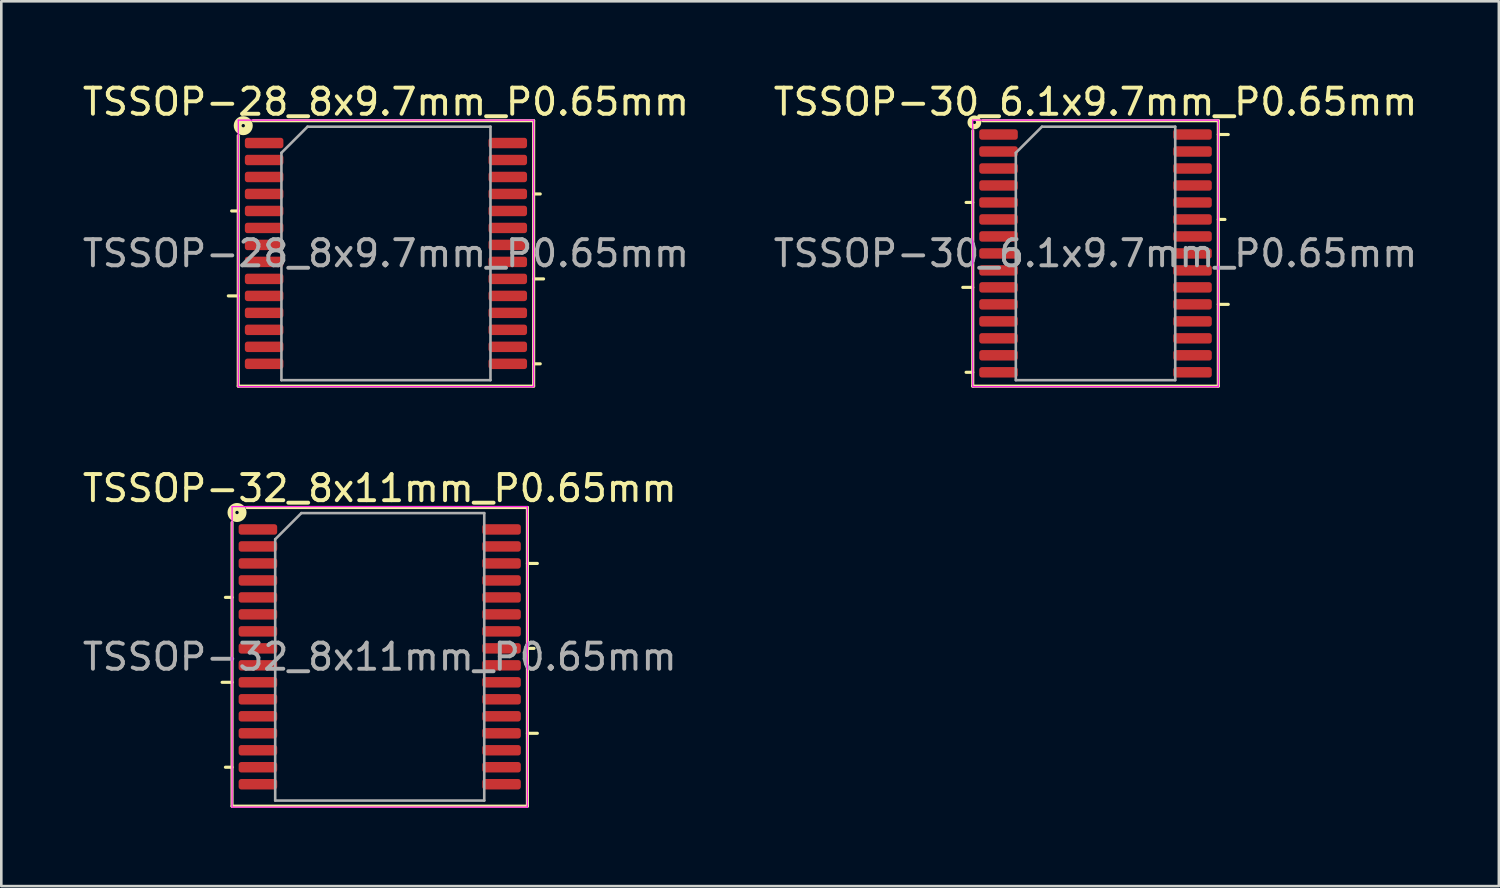
<source format=kicad_pcb>
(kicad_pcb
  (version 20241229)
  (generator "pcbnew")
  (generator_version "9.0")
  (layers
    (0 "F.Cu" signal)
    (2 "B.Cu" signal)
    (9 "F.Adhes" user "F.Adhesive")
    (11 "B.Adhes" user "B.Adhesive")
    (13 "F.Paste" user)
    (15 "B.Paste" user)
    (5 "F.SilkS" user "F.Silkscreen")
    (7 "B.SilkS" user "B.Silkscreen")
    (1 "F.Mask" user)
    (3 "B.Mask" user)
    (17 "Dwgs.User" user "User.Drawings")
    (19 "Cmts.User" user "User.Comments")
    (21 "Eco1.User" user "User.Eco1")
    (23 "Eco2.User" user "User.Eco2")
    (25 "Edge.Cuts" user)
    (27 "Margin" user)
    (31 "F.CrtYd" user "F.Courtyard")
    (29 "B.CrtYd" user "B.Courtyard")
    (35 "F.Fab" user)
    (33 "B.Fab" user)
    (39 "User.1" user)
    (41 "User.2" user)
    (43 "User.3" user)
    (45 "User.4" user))
  (footprint "TSSOP-28_8x9.7mm_P0.65mm"
    (layer "F.Cu")
    (at 11.72 6.648)
    (property "Reference" "TSSOP-28_8x9.7mm_P0.65mm" (at 0 -5.8 0) (layer "F.SilkS") (effects (font (size 1 1) (thickness 0.15))))
    (attr smd)
    (fp_line (start -5.652 -4.508) (end -5.652 5.08) (stroke (width 0.12) (type solid)) (layer "F.SilkS"))
    (fp_line (start -5.652 -1.625) (end -5.905 -1.625) (stroke (width 0.12) (type solid)) (layer "F.SilkS"))
    (fp_line (start -5.652 1.625) (end -6.032 1.625) (stroke (width 0.12) (type solid)) (layer "F.SilkS"))
    (fp_line (start -5.652 5.08) (end 5.652 5.08) (stroke (width 0.12) (type solid)) (layer "F.SilkS"))
    (fp_line (start 5.652 -5.08) (end -5.08 -5.08) (stroke (width 0.12) (type solid)) (layer "F.SilkS"))
    (fp_line (start 5.652 -2.275) (end 5.905 -2.275) (stroke (width 0.12) (type solid)) (layer "F.SilkS"))
    (fp_line (start 5.652 0.975) (end 6.032 0.975) (stroke (width 0.12) (type solid)) (layer "F.SilkS"))
    (fp_line (start 5.652 4.225) (end 5.905 4.225) (stroke (width 0.12) (type solid)) (layer "F.SilkS"))
    (fp_line (start 5.652 5.08) (end 5.652 -5.08) (stroke (width 0.12) (type solid)) (layer "F.SilkS"))
    (fp_circle (center -5.461 -4.889) (end -5.397 -4.889) (stroke (width 0.3) (type solid)) (fill no) (layer "F.SilkS"))
    (fp_line (start -5.65 -5.1) (end -5.65 5.1) (stroke (width 0.05) (type solid)) (layer "F.CrtYd"))
    (fp_line (start -5.65 5.1) (end 5.65 5.1) (stroke (width 0.05) (type solid)) (layer "F.CrtYd"))
    (fp_line (start 5.65 -5.1) (end -5.65 -5.1) (stroke (width 0.05) (type solid)) (layer "F.CrtYd"))
    (fp_line (start 5.65 5.1) (end 5.65 -5.1) (stroke (width 0.05) (type solid)) (layer "F.CrtYd"))
    (fp_line (start -4 -3.85) (end -3 -4.85) (stroke (width 0.1) (type solid)) (layer "F.Fab"))
    (fp_line (start -4 4.85) (end -4 -3.85) (stroke (width 0.1) (type solid)) (layer "F.Fab"))
    (fp_line (start -3 -4.85) (end 4 -4.85) (stroke (width 0.1) (type solid)) (layer "F.Fab"))
    (fp_line (start 4 -4.85) (end 4 4.85) (stroke (width 0.1) (type solid)) (layer "F.Fab"))
    (fp_line (start 4 4.85) (end -4 4.85) (stroke (width 0.1) (type solid)) (layer "F.Fab"))
    (fp_text user "${REFERENCE}" (at 0 0 0) (layer "F.Fab") (effects (font (size 1 1) (thickness 0.15))))
    (pad "1" smd roundrect (at -4.662 -4.225) (size 1.475 0.4) (layers "F.Cu" "F.Mask" "F.Paste") (roundrect_rratio 0.25))
    (pad "2" smd roundrect (at -4.662 -3.575) (size 1.475 0.4) (layers "F.Cu" "F.Mask" "F.Paste") (roundrect_rratio 0.25))
    (pad "3" smd roundrect (at -4.662 -2.925) (size 1.475 0.4) (layers "F.Cu" "F.Mask" "F.Paste") (roundrect_rratio 0.25))
    (pad "4" smd roundrect (at -4.662 -2.275) (size 1.475 0.4) (layers "F.Cu" "F.Mask" "F.Paste") (roundrect_rratio 0.25))
    (pad "5" smd roundrect (at -4.662 -1.625) (size 1.475 0.4) (layers "F.Cu" "F.Mask" "F.Paste") (roundrect_rratio 0.25))
    (pad "6" smd roundrect (at -4.662 -0.975) (size 1.475 0.4) (layers "F.Cu" "F.Mask" "F.Paste") (roundrect_rratio 0.25))
    (pad "7" smd roundrect (at -4.662 -0.325) (size 1.475 0.4) (layers "F.Cu" "F.Mask" "F.Paste") (roundrect_rratio 0.25))
    (pad "8" smd roundrect (at -4.662 0.325) (size 1.475 0.4) (layers "F.Cu" "F.Mask" "F.Paste") (roundrect_rratio 0.25))
    (pad "9" smd roundrect (at -4.662 0.975) (size 1.475 0.4) (layers "F.Cu" "F.Mask" "F.Paste") (roundrect_rratio 0.25))
    (pad "10" smd roundrect (at -4.662 1.625) (size 1.475 0.4) (layers "F.Cu" "F.Mask" "F.Paste") (roundrect_rratio 0.25))
    (pad "11" smd roundrect (at -4.662 2.275) (size 1.475 0.4) (layers "F.Cu" "F.Mask" "F.Paste") (roundrect_rratio 0.25))
    (pad "12" smd roundrect (at -4.662 2.925) (size 1.475 0.4) (layers "F.Cu" "F.Mask" "F.Paste") (roundrect_rratio 0.25))
    (pad "13" smd roundrect (at -4.662 3.575) (size 1.475 0.4) (layers "F.Cu" "F.Mask" "F.Paste") (roundrect_rratio 0.25))
    (pad "14" smd roundrect (at -4.662 4.225) (size 1.475 0.4) (layers "F.Cu" "F.Mask" "F.Paste") (roundrect_rratio 0.25))
    (pad "15" smd roundrect (at 4.662 4.225) (size 1.475 0.4) (layers "F.Cu" "F.Mask" "F.Paste") (roundrect_rratio 0.25))
    (pad "16" smd roundrect (at 4.662 3.575) (size 1.475 0.4) (layers "F.Cu" "F.Mask" "F.Paste") (roundrect_rratio 0.25))
    (pad "17" smd roundrect (at 4.662 2.925) (size 1.475 0.4) (layers "F.Cu" "F.Mask" "F.Paste") (roundrect_rratio 0.25))
    (pad "18" smd roundrect (at 4.662 2.275) (size 1.475 0.4) (layers "F.Cu" "F.Mask" "F.Paste") (roundrect_rratio 0.25))
    (pad "19" smd roundrect (at 4.662 1.625) (size 1.475 0.4) (layers "F.Cu" "F.Mask" "F.Paste") (roundrect_rratio 0.25))
    (pad "20" smd roundrect (at 4.662 0.975) (size 1.475 0.4) (layers "F.Cu" "F.Mask" "F.Paste") (roundrect_rratio 0.25))
    (pad "21" smd roundrect (at 4.662 0.325) (size 1.475 0.4) (layers "F.Cu" "F.Mask" "F.Paste") (roundrect_rratio 0.25))
    (pad "22" smd roundrect (at 4.662 -0.325) (size 1.475 0.4) (layers "F.Cu" "F.Mask" "F.Paste") (roundrect_rratio 0.25))
    (pad "23" smd roundrect (at 4.662 -0.975) (size 1.475 0.4) (layers "F.Cu" "F.Mask" "F.Paste") (roundrect_rratio 0.25))
    (pad "24" smd roundrect (at 4.662 -1.625) (size 1.475 0.4) (layers "F.Cu" "F.Mask" "F.Paste") (roundrect_rratio 0.25))
    (pad "25" smd roundrect (at 4.662 -2.275) (size 1.475 0.4) (layers "F.Cu" "F.Mask" "F.Paste") (roundrect_rratio 0.25))
    (pad "26" smd roundrect (at 4.662 -2.925) (size 1.475 0.4) (layers "F.Cu" "F.Mask" "F.Paste") (roundrect_rratio 0.25))
    (pad "27" smd roundrect (at 4.662 -3.575) (size 1.475 0.4) (layers "F.Cu" "F.Mask" "F.Paste") (roundrect_rratio 0.25))
    (pad "28" smd roundrect (at 4.662 -4.225) (size 1.475 0.4) (layers "F.Cu" "F.Mask" "F.Paste") (roundrect_rratio 0.25)))
  (footprint "TSSOP-32_8x11mm_P0.65mm"
    (layer "F.Cu")
    (at 11.482 22.087)
    (property "Reference" "TSSOP-32_8x11mm_P0.65mm" (at 0 -6.45 0) (layer "F.SilkS") (effects (font (size 1 1) (thickness 0.15))))
    (attr smd)
    (fp_line (start -5.652 -5.144) (end -5.652 5.715) (stroke (width 0.12) (type solid)) (layer "F.SilkS"))
    (fp_line (start -5.652 -2.275) (end -5.905 -2.275) (stroke (width 0.12) (type solid)) (layer "F.SilkS"))
    (fp_line (start -5.652 0.975) (end -6.032 0.975) (stroke (width 0.12) (type solid)) (layer "F.SilkS"))
    (fp_line (start -5.652 4.225) (end -5.905 4.225) (stroke (width 0.12) (type solid)) (layer "F.SilkS"))
    (fp_line (start -5.652 5.715) (end 5.652 5.715) (stroke (width 0.12) (type solid)) (layer "F.SilkS"))
    (fp_line (start 5.652 -5.715) (end -5.08 -5.715) (stroke (width 0.12) (type solid)) (layer "F.SilkS"))
    (fp_line (start 5.652 -3.575) (end 6.032 -3.575) (stroke (width 0.12) (type solid)) (layer "F.SilkS"))
    (fp_line (start 5.652 -0.325) (end 5.905 -0.325) (stroke (width 0.12) (type solid)) (layer "F.SilkS"))
    (fp_line (start 5.652 2.925) (end 6.032 2.925) (stroke (width 0.12) (type solid)) (layer "F.SilkS"))
    (fp_line (start 5.652 5.715) (end 5.652 -5.715) (stroke (width 0.12) (type solid)) (layer "F.SilkS"))
    (fp_circle (center -5.461 -5.524) (end -5.397 -5.524) (stroke (width 0.3) (type solid)) (fill no) (layer "F.SilkS"))
    (fp_line (start -5.65 -5.75) (end -5.65 5.75) (stroke (width 0.05) (type solid)) (layer "F.CrtYd"))
    (fp_line (start -5.65 5.75) (end 5.65 5.75) (stroke (width 0.05) (type solid)) (layer "F.CrtYd"))
    (fp_line (start 5.65 -5.75) (end -5.65 -5.75) (stroke (width 0.05) (type solid)) (layer "F.CrtYd"))
    (fp_line (start 5.65 5.75) (end 5.65 -5.75) (stroke (width 0.05) (type solid)) (layer "F.CrtYd"))
    (fp_line (start -4 -4.5) (end -3 -5.5) (stroke (width 0.1) (type solid)) (layer "F.Fab"))
    (fp_line (start -4 5.5) (end -4 -4.5) (stroke (width 0.1) (type solid)) (layer "F.Fab"))
    (fp_line (start -3 -5.5) (end 4 -5.5) (stroke (width 0.1) (type solid)) (layer "F.Fab"))
    (fp_line (start 4 -5.5) (end 4 5.5) (stroke (width 0.1) (type solid)) (layer "F.Fab"))
    (fp_line (start 4 5.5) (end -4 5.5) (stroke (width 0.1) (type solid)) (layer "F.Fab"))
    (fp_text user "${REFERENCE}" (at 0 0 0) (layer "F.Fab") (effects (font (size 1 1) (thickness 0.15))))
    (pad "1" smd roundrect (at -4.662 -4.875) (size 1.475 0.4) (layers "F.Cu" "F.Mask" "F.Paste") (roundrect_rratio 0.25))
    (pad "2" smd roundrect (at -4.662 -4.225) (size 1.475 0.4) (layers "F.Cu" "F.Mask" "F.Paste") (roundrect_rratio 0.25))
    (pad "3" smd roundrect (at -4.662 -3.575) (size 1.475 0.4) (layers "F.Cu" "F.Mask" "F.Paste") (roundrect_rratio 0.25))
    (pad "4" smd roundrect (at -4.662 -2.925) (size 1.475 0.4) (layers "F.Cu" "F.Mask" "F.Paste") (roundrect_rratio 0.25))
    (pad "5" smd roundrect (at -4.662 -2.275) (size 1.475 0.4) (layers "F.Cu" "F.Mask" "F.Paste") (roundrect_rratio 0.25))
    (pad "6" smd roundrect (at -4.662 -1.625) (size 1.475 0.4) (layers "F.Cu" "F.Mask" "F.Paste") (roundrect_rratio 0.25))
    (pad "7" smd roundrect (at -4.662 -0.975) (size 1.475 0.4) (layers "F.Cu" "F.Mask" "F.Paste") (roundrect_rratio 0.25))
    (pad "8" smd roundrect (at -4.662 -0.325) (size 1.475 0.4) (layers "F.Cu" "F.Mask" "F.Paste") (roundrect_rratio 0.25))
    (pad "9" smd roundrect (at -4.662 0.325) (size 1.475 0.4) (layers "F.Cu" "F.Mask" "F.Paste") (roundrect_rratio 0.25))
    (pad "10" smd roundrect (at -4.662 0.975) (size 1.475 0.4) (layers "F.Cu" "F.Mask" "F.Paste") (roundrect_rratio 0.25))
    (pad "11" smd roundrect (at -4.662 1.625) (size 1.475 0.4) (layers "F.Cu" "F.Mask" "F.Paste") (roundrect_rratio 0.25))
    (pad "12" smd roundrect (at -4.662 2.275) (size 1.475 0.4) (layers "F.Cu" "F.Mask" "F.Paste") (roundrect_rratio 0.25))
    (pad "13" smd roundrect (at -4.662 2.925) (size 1.475 0.4) (layers "F.Cu" "F.Mask" "F.Paste") (roundrect_rratio 0.25))
    (pad "14" smd roundrect (at -4.662 3.575) (size 1.475 0.4) (layers "F.Cu" "F.Mask" "F.Paste") (roundrect_rratio 0.25))
    (pad "15" smd roundrect (at -4.662 4.225) (size 1.475 0.4) (layers "F.Cu" "F.Mask" "F.Paste") (roundrect_rratio 0.25))
    (pad "16" smd roundrect (at -4.662 4.875) (size 1.475 0.4) (layers "F.Cu" "F.Mask" "F.Paste") (roundrect_rratio 0.25))
    (pad "17" smd roundrect (at 4.662 4.875) (size 1.475 0.4) (layers "F.Cu" "F.Mask" "F.Paste") (roundrect_rratio 0.25))
    (pad "18" smd roundrect (at 4.662 4.225) (size 1.475 0.4) (layers "F.Cu" "F.Mask" "F.Paste") (roundrect_rratio 0.25))
    (pad "19" smd roundrect (at 4.662 3.575) (size 1.475 0.4) (layers "F.Cu" "F.Mask" "F.Paste") (roundrect_rratio 0.25))
    (pad "20" smd roundrect (at 4.662 2.925) (size 1.475 0.4) (layers "F.Cu" "F.Mask" "F.Paste") (roundrect_rratio 0.25))
    (pad "21" smd roundrect (at 4.662 2.275) (size 1.475 0.4) (layers "F.Cu" "F.Mask" "F.Paste") (roundrect_rratio 0.25))
    (pad "22" smd roundrect (at 4.662 1.625) (size 1.475 0.4) (layers "F.Cu" "F.Mask" "F.Paste") (roundrect_rratio 0.25))
    (pad "23" smd roundrect (at 4.662 0.975) (size 1.475 0.4) (layers "F.Cu" "F.Mask" "F.Paste") (roundrect_rratio 0.25))
    (pad "24" smd roundrect (at 4.662 0.325) (size 1.475 0.4) (layers "F.Cu" "F.Mask" "F.Paste") (roundrect_rratio 0.25))
    (pad "25" smd roundrect (at 4.662 -0.325) (size 1.475 0.4) (layers "F.Cu" "F.Mask" "F.Paste") (roundrect_rratio 0.25))
    (pad "26" smd roundrect (at 4.662 -0.975) (size 1.475 0.4) (layers "F.Cu" "F.Mask" "F.Paste") (roundrect_rratio 0.25))
    (pad "27" smd roundrect (at 4.662 -1.625) (size 1.475 0.4) (layers "F.Cu" "F.Mask" "F.Paste") (roundrect_rratio 0.25))
    (pad "28" smd roundrect (at 4.662 -2.275) (size 1.475 0.4) (layers "F.Cu" "F.Mask" "F.Paste") (roundrect_rratio 0.25))
    (pad "29" smd roundrect (at 4.662 -2.925) (size 1.475 0.4) (layers "F.Cu" "F.Mask" "F.Paste") (roundrect_rratio 0.25))
    (pad "30" smd roundrect (at 4.662 -3.575) (size 1.475 0.4) (layers "F.Cu" "F.Mask" "F.Paste") (roundrect_rratio 0.25))
    (pad "31" smd roundrect (at 4.662 -4.225) (size 1.475 0.4) (layers "F.Cu" "F.Mask" "F.Paste") (roundrect_rratio 0.25))
    (pad "32" smd roundrect (at 4.662 -4.875) (size 1.475 0.4) (layers "F.Cu" "F.Mask" "F.Paste") (roundrect_rratio 0.25)))
  (footprint "TSSOP-30_6.1x9.7mm_P0.65mm"
    (layer "F.Cu")
    (at 38.875 6.648)
    (property "Reference" "TSSOP-30_6.1x9.7mm_P0.65mm" (at 0 -5.8 0) (layer "F.SilkS") (effects (font (size 1 1) (thickness 0.15))))
    (attr smd)
    (fp_line (start -4.699 -4.699) (end -4.699 5.08) (stroke (width 0.12) (type solid)) (layer "F.SilkS"))
    (fp_line (start -4.699 -1.95) (end -4.953 -1.95) (stroke (width 0.12) (type solid)) (layer "F.SilkS"))
    (fp_line (start -4.699 1.3) (end -5.08 1.3) (stroke (width 0.12) (type solid)) (layer "F.SilkS"))
    (fp_line (start -4.699 4.55) (end -4.953 4.55) (stroke (width 0.12) (type solid)) (layer "F.SilkS"))
    (fp_line (start -4.699 5.08) (end 4.699 5.08) (stroke (width 0.12) (type solid)) (layer "F.SilkS"))
    (fp_line (start 4.699 -5.08) (end -4.318 -5.08) (stroke (width 0.12) (type solid)) (layer "F.SilkS"))
    (fp_line (start 4.699 -4.55) (end 5.08 -4.55) (stroke (width 0.12) (type solid)) (layer "F.SilkS"))
    (fp_line (start 4.699 -1.3) (end 4.953 -1.3) (stroke (width 0.12) (type solid)) (layer "F.SilkS"))
    (fp_line (start 4.699 1.95) (end 5.08 1.95) (stroke (width 0.12) (type solid)) (layer "F.SilkS"))
    (fp_line (start 4.699 5.08) (end 4.699 -5.08) (stroke (width 0.12) (type solid)) (layer "F.SilkS"))
    (fp_circle (center -4.636 -5.016) (end -4.572 -5.016) (stroke (width 0.2) (type solid)) (fill no) (layer "F.SilkS"))
    (fp_line (start -4.7 -5.1) (end -4.7 5.1) (stroke (width 0.05) (type solid)) (layer "F.CrtYd"))
    (fp_line (start -4.7 5.1) (end 4.7 5.1) (stroke (width 0.05) (type solid)) (layer "F.CrtYd"))
    (fp_line (start 4.7 -5.1) (end -4.7 -5.1) (stroke (width 0.05) (type solid)) (layer "F.CrtYd"))
    (fp_line (start 4.7 5.1) (end 4.7 -5.1) (stroke (width 0.05) (type solid)) (layer "F.CrtYd"))
    (fp_line (start -3.05 -3.85) (end -2.05 -4.85) (stroke (width 0.1) (type solid)) (layer "F.Fab"))
    (fp_line (start -3.05 4.85) (end -3.05 -3.85) (stroke (width 0.1) (type solid)) (layer "F.Fab"))
    (fp_line (start -2.05 -4.85) (end 3.05 -4.85) (stroke (width 0.1) (type solid)) (layer "F.Fab"))
    (fp_line (start 3.05 -4.85) (end 3.05 4.85) (stroke (width 0.1) (type solid)) (layer "F.Fab"))
    (fp_line (start 3.05 4.85) (end -3.05 4.85) (stroke (width 0.1) (type solid)) (layer "F.Fab"))
    (fp_text user "${REFERENCE}" (at 0 0 0) (layer "F.Fab") (effects (font (size 1 1) (thickness 0.15))))
    (pad "1" smd roundrect (at -3.712 -4.55) (size 1.475 0.4) (layers "F.Cu" "F.Mask" "F.Paste") (roundrect_rratio 0.25))
    (pad "2" smd roundrect (at -3.712 -3.9) (size 1.475 0.4) (layers "F.Cu" "F.Mask" "F.Paste") (roundrect_rratio 0.25))
    (pad "3" smd roundrect (at -3.712 -3.25) (size 1.475 0.4) (layers "F.Cu" "F.Mask" "F.Paste") (roundrect_rratio 0.25))
    (pad "4" smd roundrect (at -3.712 -2.6) (size 1.475 0.4) (layers "F.Cu" "F.Mask" "F.Paste") (roundrect_rratio 0.25))
    (pad "5" smd roundrect (at -3.712 -1.95) (size 1.475 0.4) (layers "F.Cu" "F.Mask" "F.Paste") (roundrect_rratio 0.25))
    (pad "6" smd roundrect (at -3.712 -1.3) (size 1.475 0.4) (layers "F.Cu" "F.Mask" "F.Paste") (roundrect_rratio 0.25))
    (pad "7" smd roundrect (at -3.712 -0.65) (size 1.475 0.4) (layers "F.Cu" "F.Mask" "F.Paste") (roundrect_rratio 0.25))
    (pad "8" smd roundrect (at -3.712 0) (size 1.475 0.4) (layers "F.Cu" "F.Mask" "F.Paste") (roundrect_rratio 0.25))
    (pad "9" smd roundrect (at -3.712 0.65) (size 1.475 0.4) (layers "F.Cu" "F.Mask" "F.Paste") (roundrect_rratio 0.25))
    (pad "10" smd roundrect (at -3.712 1.3) (size 1.475 0.4) (layers "F.Cu" "F.Mask" "F.Paste") (roundrect_rratio 0.25))
    (pad "11" smd roundrect (at -3.712 1.95) (size 1.475 0.4) (layers "F.Cu" "F.Mask" "F.Paste") (roundrect_rratio 0.25))
    (pad "12" smd roundrect (at -3.712 2.6) (size 1.475 0.4) (layers "F.Cu" "F.Mask" "F.Paste") (roundrect_rratio 0.25))
    (pad "13" smd roundrect (at -3.712 3.25) (size 1.475 0.4) (layers "F.Cu" "F.Mask" "F.Paste") (roundrect_rratio 0.25))
    (pad "14" smd roundrect (at -3.712 3.9) (size 1.475 0.4) (layers "F.Cu" "F.Mask" "F.Paste") (roundrect_rratio 0.25))
    (pad "15" smd roundrect (at -3.712 4.55) (size 1.475 0.4) (layers "F.Cu" "F.Mask" "F.Paste") (roundrect_rratio 0.25))
    (pad "16" smd roundrect (at 3.712 4.55) (size 1.475 0.4) (layers "F.Cu" "F.Mask" "F.Paste") (roundrect_rratio 0.25))
    (pad "17" smd roundrect (at 3.712 3.9) (size 1.475 0.4) (layers "F.Cu" "F.Mask" "F.Paste") (roundrect_rratio 0.25))
    (pad "18" smd roundrect (at 3.712 3.25) (size 1.475 0.4) (layers "F.Cu" "F.Mask" "F.Paste") (roundrect_rratio 0.25))
    (pad "19" smd roundrect (at 3.712 2.6) (size 1.475 0.4) (layers "F.Cu" "F.Mask" "F.Paste") (roundrect_rratio 0.25))
    (pad "20" smd roundrect (at 3.712 1.95) (size 1.475 0.4) (layers "F.Cu" "F.Mask" "F.Paste") (roundrect_rratio 0.25))
    (pad "21" smd roundrect (at 3.712 1.3) (size 1.475 0.4) (layers "F.Cu" "F.Mask" "F.Paste") (roundrect_rratio 0.25))
    (pad "22" smd roundrect (at 3.712 0.65) (size 1.475 0.4) (layers "F.Cu" "F.Mask" "F.Paste") (roundrect_rratio 0.25))
    (pad "23" smd roundrect (at 3.712 0) (size 1.475 0.4) (layers "F.Cu" "F.Mask" "F.Paste") (roundrect_rratio 0.25))
    (pad "24" smd roundrect (at 3.712 -0.65) (size 1.475 0.4) (layers "F.Cu" "F.Mask" "F.Paste") (roundrect_rratio 0.25))
    (pad "25" smd roundrect (at 3.712 -1.3) (size 1.475 0.4) (layers "F.Cu" "F.Mask" "F.Paste") (roundrect_rratio 0.25))
    (pad "26" smd roundrect (at 3.712 -1.95) (size 1.475 0.4) (layers "F.Cu" "F.Mask" "F.Paste") (roundrect_rratio 0.25))
    (pad "27" smd roundrect (at 3.712 -2.6) (size 1.475 0.4) (layers "F.Cu" "F.Mask" "F.Paste") (roundrect_rratio 0.25))
    (pad "28" smd roundrect (at 3.712 -3.25) (size 1.475 0.4) (layers "F.Cu" "F.Mask" "F.Paste") (roundrect_rratio 0.25))
    (pad "29" smd roundrect (at 3.712 -3.9) (size 1.475 0.4) (layers "F.Cu" "F.Mask" "F.Paste") (roundrect_rratio 0.25))
    (pad "30" smd roundrect (at 3.712 -4.55) (size 1.475 0.4) (layers "F.Cu" "F.Mask" "F.Paste") (roundrect_rratio 0.25)))
  (gr_rect
    (start -3 -3)
    (end 54.31 30.861)
    (stroke (width 0.1) (type default))
    (fill no)
    (layer "Edge.Cuts")))
</source>
